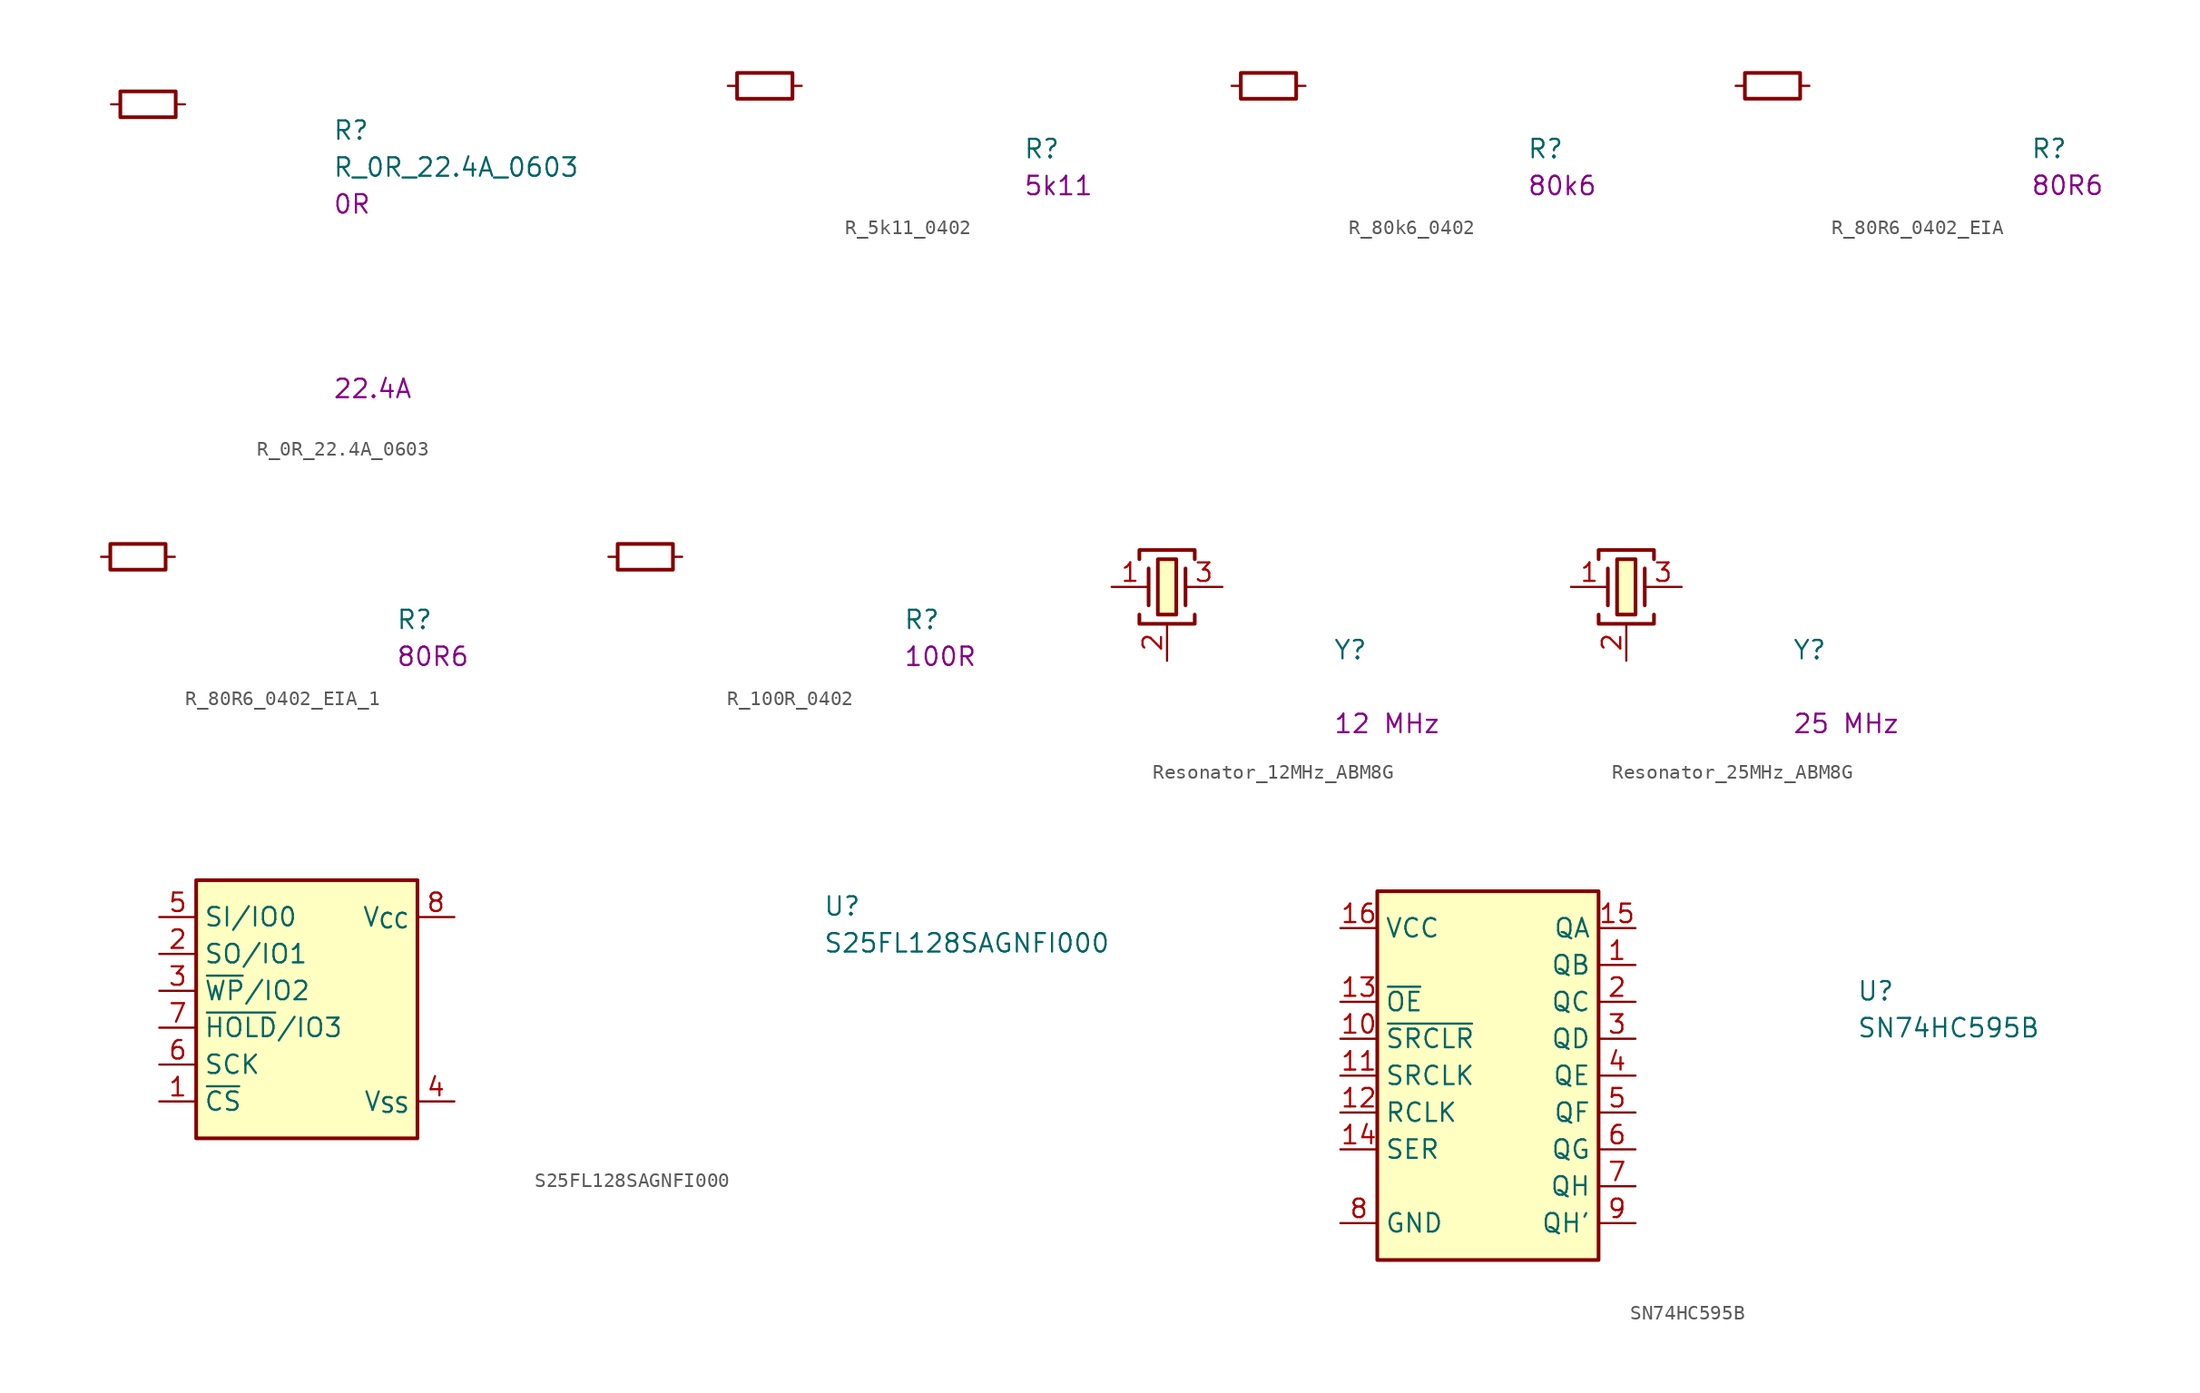
<source format=kicad_sym>
(kicad_symbol_lib
  (version 20220914)
  (generator kicad_symbol_editor)
  (symbol "R_0R_22.4A_0603"
    (pin_numbers hide)
    (pin_names hide)
    (property "Reference" "R"
      (at 15.24 -2.54 0)
      (effects (font (size 1.27 1.27) (thickness 0.15)) (justify left bottom)))
    (property "Value" "R_0R_22.4A_0603"
      (at 15.24 -5.08 0)
      (effects (font (size 1.27 1.27) (thickness 0.15)) (justify left bottom)))
    (property "Val" "0R"
      (at 15.24 -7.62 0)
      (effects (font (size 1.27 1.27) (thickness 0.15)) (justify left bottom)))
    (property "Max. Curr." "22.4A"
      (at 15.24 -20.32 0)
      (effects (font (size 1.27 1.27) (thickness 0.15)) (justify left bottom)))
    (symbol "R_0R_22.4A_0603_0_1"
      (rectangle (start 0.635 0.889) (end 4.445 -0.889) (stroke (width 0.254) (type default)) (fill (type none))))
    (symbol "R_0R_22.4A_0603_1_1"
      (pin passive line (at 0 0 0) (length 0.635) (name "~" (effects (font (size 1.27 1.27)))) (number "1" (effects (font (size 1.27 1.27)))))
      (pin passive line (at 5.08 0 180) (length 0.635) (name "~" (effects (font (size 1.27 1.27)))) (number "2" (effects (font (size 1.27 1.27)))))))
  (symbol "R_5k11_0402"
    (pin_numbers hide)
    (pin_names hide)
    (property "Reference" "R"
      (at 20.32 -5.08 0)
      (effects (font (size 1.27 1.27) (thickness 0.15)) (justify left bottom)))
    (property "Val" "5k11"
      (at 20.32 -7.62 0)
      (effects (font (size 1.27 1.27) (thickness 0.15)) (justify left bottom)))
    (symbol "R_5k11_0402_0_1"
      (rectangle (start 0.635 0.889) (end 4.445 -0.889) (stroke (width 0.254) (type default)) (fill (type none))))
    (symbol "R_5k11_0402_1_1"
      (pin passive line (at 0 0 0) (length 0.635) (name "~" (effects (font (size 1.27 1.27)))) (number "1" (effects (font (size 1.27 1.27)))))
      (pin passive line (at 5.08 0 180) (length 0.635) (name "~" (effects (font (size 1.27 1.27)))) (number "2" (effects (font (size 1.27 1.27)))))))
  (symbol "R_80k6_0402"
    (pin_numbers hide)
    (pin_names hide)
    (property "Reference" "R"
      (at 20.32 -5.08 0)
      (effects (font (size 1.27 1.27) (thickness 0.15)) (justify left bottom)))
    (property "Val" "80k6"
      (at 20.32 -7.62 0)
      (effects (font (size 1.27 1.27) (thickness 0.15)) (justify left bottom)))
    (symbol "R_80k6_0402_0_1"
      (rectangle (start 0.635 0.889) (end 4.445 -0.889) (stroke (width 0.254) (type default)) (fill (type none))))
    (symbol "R_80k6_0402_1_1"
      (pin passive line (at 0 0 0) (length 0.635) (name "~" (effects (font (size 1.27 1.27)))) (number "1" (effects (font (size 1.27 1.27)))))
      (pin passive line (at 5.08 0 180) (length 0.635) (name "~" (effects (font (size 1.27 1.27)))) (number "2" (effects (font (size 1.27 1.27)))))))
  (symbol "R_80R6_0402_EIA"
    (pin_numbers hide)
    (pin_names hide)
    (property "Reference" "R"
      (at 20.32 -5.08 0)
      (effects (font (size 1.27 1.27) (thickness 0.15)) (justify left bottom)))
    (property "Val" "80R6"
      (at 20.32 -7.62 0)
      (effects (font (size 1.27 1.27) (thickness 0.15)) (justify left bottom)))
    (symbol "R_80R6_0402_EIA_0_1"
      (rectangle (start 0.635 0.889) (end 4.445 -0.889) (stroke (width 0.254) (type default)) (fill (type none))))
    (symbol "R_80R6_0402_EIA_1_1"
      (pin passive line (at 0 0 0) (length 0.635) (name "~" (effects (font (size 1.27 1.27)))) (number "1" (effects (font (size 1.27 1.27)))))
      (pin passive line (at 5.08 0 180) (length 0.635) (name "~" (effects (font (size 1.27 1.27)))) (number "2" (effects (font (size 1.27 1.27)))))))
  (symbol "R_80R6_0402_EIA_1"
    (pin_numbers hide)
    (pin_names hide)
    (property "Reference" "R"
      (at 20.32 -5.08 0)
      (effects (font (size 1.27 1.27) (thickness 0.15)) (justify left bottom)))
    (property "Val" "80R6"
      (at 20.32 -7.62 0)
      (effects (font (size 1.27 1.27) (thickness 0.15)) (justify left bottom)))
    (symbol "R_80R6_0402_EIA_1_0_1"
      (rectangle (start 0.635 0.889) (end 4.445 -0.889) (stroke (width 0.254) (type default)) (fill (type none))))
    (symbol "R_80R6_0402_EIA_1_1_1"
      (pin passive line (at 0 0 0) (length 0.635) (name "~" (effects (font (size 1.27 1.27)))) (number "1" (effects (font (size 1.27 1.27)))))
      (pin passive line (at 5.08 0 180) (length 0.635) (name "~" (effects (font (size 1.27 1.27)))) (number "2" (effects (font (size 1.27 1.27)))))))
  (symbol "R_100R_0402"
    (pin_numbers hide)
    (pin_names hide)
    (property "Reference" "R"
      (at 20.32 -5.08 0)
      (effects (font (size 1.27 1.27) (thickness 0.15)) (justify left bottom)))
    (property "Val" "100R"
      (at 20.32 -7.62 0)
      (effects (font (size 1.27 1.27) (thickness 0.15)) (justify left bottom)))
    (symbol "R_100R_0402_0_1"
      (rectangle (start 0.635 0.889) (end 4.445 -0.889) (stroke (width 0.254) (type default)) (fill (type none))))
    (symbol "R_100R_0402_1_1"
      (pin passive line (at 0 0 0) (length 0.635) (name "~" (effects (font (size 1.27 1.27)))) (number "1" (effects (font (size 1.27 1.27)))))
      (pin passive line (at 5.08 0 180) (length 0.635) (name "~" (effects (font (size 1.27 1.27)))) (number "2" (effects (font (size 1.27 1.27)))))))
  (symbol "Resonator_12MHz_ABM8G"
    (pin_names hide)
    (property "Reference" "Y"
      (at 15.24 -5.08 0)
      (effects (font (size 1.27 1.27) (thickness 0.15)) (justify left bottom)))
    (property "Val" "12 MHz"
      (at 15.24 -10.16 0)
      (effects (font (size 1.27 1.27) (thickness 0.15)) (justify left bottom)))
    (symbol "Resonator_12MHz_ABM8G_1_1"
      (polyline (pts (xy 2.54 1.27) (xy 2.54 -1.27)) (stroke (width 0.254) (type default)) (fill (type background)))
      (polyline (pts (xy 5.08 1.27) (xy 5.08 -1.27)) (stroke (width 0.254) (type default)) (fill (type background)))
      (polyline (pts (xy 1.905 -1.905) (xy 1.905 -2.54) (xy 5.715 -2.54) (xy 5.715 -1.905)) (stroke (width 0.254) (type default)) (fill (type none)))
      (polyline (pts (xy 1.905 1.905) (xy 1.905 2.54) (xy 5.715 2.54) (xy 5.715 1.905)) (stroke (width 0.254) (type default)) (fill (type none)))
      (rectangle (start 3.175 1.905) (end 4.445 -1.905) (stroke (width 0.254) (type default)) (fill (type background)))
      (pin passive line (at 0 0 0) (length 2.54) (name "~" (effects (font (size 1.27 1.27)))) (number "1" (effects (font (size 1.27 1.27)))))
      (pin passive line (at 3.81 -5.08 90) (length 2.54) (name "SH" (effects (font (size 1.27 1.27)))) (number "2" (effects (font (size 1.27 1.27)))))
      (pin passive line (at 7.62 0 180) (length 2.54) (name "~" (effects (font (size 1.27 1.27)))) (number "3" (effects (font (size 1.27 1.27)))))
      (pin passive line (at 3.81 -5.08 90) (length 2.54) hide (name "SH" (effects (font (size 1.27 1.27)))) (number "4" (effects (font (size 1.27 1.27)))))))
  (symbol "Resonator_25MHz_ABM8G"
    (pin_names hide)
    (property "Reference" "Y"
      (at 15.24 -5.08 0)
      (effects (font (size 1.27 1.27) (thickness 0.15)) (justify left bottom)))
    (property "Val" "25 MHz"
      (at 15.24 -10.16 0)
      (effects (font (size 1.27 1.27) (thickness 0.15)) (justify left bottom)))
    (symbol "Resonator_25MHz_ABM8G_1_1"
      (polyline (pts (xy 2.54 1.27) (xy 2.54 -1.27)) (stroke (width 0.254) (type default)) (fill (type background)))
      (polyline (pts (xy 5.08 1.27) (xy 5.08 -1.27)) (stroke (width 0.254) (type default)) (fill (type background)))
      (polyline (pts (xy 1.905 -1.905) (xy 1.905 -2.54) (xy 5.715 -2.54) (xy 5.715 -1.905)) (stroke (width 0.254) (type default)) (fill (type none)))
      (polyline (pts (xy 1.905 1.905) (xy 1.905 2.54) (xy 5.715 2.54) (xy 5.715 1.905)) (stroke (width 0.254) (type default)) (fill (type none)))
      (rectangle (start 3.175 1.905) (end 4.445 -1.905) (stroke (width 0.254) (type default)) (fill (type background)))
      (pin passive line (at 0 0 0) (length 2.54) (name "~" (effects (font (size 1.27 1.27)))) (number "1" (effects (font (size 1.27 1.27)))))
      (pin passive line (at 3.81 -5.08 90) (length 2.54) (name "SH" (effects (font (size 1.27 1.27)))) (number "2" (effects (font (size 1.27 1.27)))))
      (pin passive line (at 7.62 0 180) (length 2.54) (name "~" (effects (font (size 1.27 1.27)))) (number "3" (effects (font (size 1.27 1.27)))))
      (pin passive line (at 3.81 -5.08 90) (length 2.54) hide (name "SH" (effects (font (size 1.27 1.27)))) (number "4" (effects (font (size 1.27 1.27)))))))
  (symbol "S25FL128SAGNFI000"
    (property "Reference" "U"
      (at 45.72 -2.54 0)
      (effects (font (size 1.27 1.27) (thickness 0.15)) (justify left bottom)))
    (property "Value" "S25FL128SAGNFI000"
      (at 45.72 -5.08 0)
      (effects (font (size 1.27 1.27) (thickness 0.15)) (justify left bottom)))
    (symbol "S25FL128SAGNFI000_1_1"
      (rectangle (start 2.54 0) (end 17.78 -17.78) (stroke (width 0.254) (type default)) (fill (type background)))
      (pin input line (at 0 -15.24 0) (length 2.54) (name "~{CS}" (effects (font (size 1.27 1.27)))) (number "1" (effects (font (size 1.27 1.27)))))
      (pin bidirectional line (at 0 -5.08 0) (length 2.54) (name "SO/IO1" (effects (font (size 1.27 1.27)))) (number "2" (effects (font (size 1.27 1.27)))))
      (pin bidirectional line (at 0 -7.62 0) (length 2.54) (name "~{WP}/IO2" (effects (font (size 1.27 1.27)))) (number "3" (effects (font (size 1.27 1.27)))))
      (pin power_in line (at 20.32 -15.24 180) (length 2.54) (name "V_{SS}" (effects (font (size 1.27 1.27)))) (number "4" (effects (font (size 1.27 1.27)))))
      (pin bidirectional line (at 0 -2.54 0) (length 2.54) (name "SI/IO0" (effects (font (size 1.27 1.27)))) (number "5" (effects (font (size 1.27 1.27)))))
      (pin input line (at 0 -12.7 0) (length 2.54) (name "SCK" (effects (font (size 1.27 1.27)))) (number "6" (effects (font (size 1.27 1.27)))))
      (pin bidirectional line (at 0 -10.16 0) (length 2.54) (name "~{HOLD}/IO3" (effects (font (size 1.27 1.27)))) (number "7" (effects (font (size 1.27 1.27)))))
      (pin power_in line (at 20.32 -2.54 180) (length 2.54) (name "V_{CC}" (effects (font (size 1.27 1.27)))) (number "8" (effects (font (size 1.27 1.27)))))
      (pin no_connect line (at 17.78 -12.7 180) (length 2.54) hide (name "EP" (effects (font (size 1.27 1.27)))) (number "9" (effects (font (size 1.27 1.27)))))))
  (symbol "SN74HC595B"
    (property "Reference" "U"
      (at 35.56 -5.08 0)
      (effects (font (size 1.27 1.27) (thickness 0.15)) (justify left bottom)))
    (property "Value" "SN74HC595B"
      (at 35.56 -7.62 0)
      (effects (font (size 1.27 1.27) (thickness 0.15)) (justify left bottom)))
    (symbol "SN74HC595B_1_1"
      (rectangle (start 2.54 2.54) (end 17.78 -22.86) (stroke (width 0.254) (type default)) (fill (type background)))
      (pin output line (at 20.32 -2.54 180) (length 2.54) (name "QB" (effects (font (size 1.27 1.27)))) (number "1" (effects (font (size 1.27 1.27)))))
      (pin input line (at 0 -7.62 0) (length 2.54) (name "~{SRCLR}" (effects (font (size 1.27 1.27)))) (number "10" (effects (font (size 1.27 1.27)))))
      (pin input line (at 0 -10.16 0) (length 2.54) (name "SRCLK" (effects (font (size 1.27 1.27)))) (number "11" (effects (font (size 1.27 1.27)))))
      (pin input line (at 0 -12.7 0) (length 2.54) (name "RCLK" (effects (font (size 1.27 1.27)))) (number "12" (effects (font (size 1.27 1.27)))))
      (pin input line (at 0 -5.08 0) (length 2.54) (name "~{OE}" (effects (font (size 1.27 1.27)))) (number "13" (effects (font (size 1.27 1.27)))))
      (pin input line (at 0 -15.24 0) (length 2.54) (name "SER" (effects (font (size 1.27 1.27)))) (number "14" (effects (font (size 1.27 1.27)))))
      (pin output line (at 20.32 0 180) (length 2.54) (name "QA" (effects (font (size 1.27 1.27)))) (number "15" (effects (font (size 1.27 1.27)))))
      (pin power_in line (at 0 0 0) (length 2.54) (name "VCC" (effects (font (size 1.27 1.27)))) (number "16" (effects (font (size 1.27 1.27)))))
      (pin no_connect line (at 10.16 -22.86 90) (length 2.54) hide (name "EP" (effects (font (size 1.27 1.27)))) (number "17" (effects (font (size 1.27 1.27)))))
      (pin output line (at 20.32 -5.08 180) (length 2.54) (name "QC" (effects (font (size 1.27 1.27)))) (number "2" (effects (font (size 1.27 1.27)))))
      (pin output line (at 20.32 -7.62 180) (length 2.54) (name "QD" (effects (font (size 1.27 1.27)))) (number "3" (effects (font (size 1.27 1.27)))))
      (pin output line (at 20.32 -10.16 180) (length 2.54) (name "QE" (effects (font (size 1.27 1.27)))) (number "4" (effects (font (size 1.27 1.27)))))
      (pin output line (at 20.32 -12.7 180) (length 2.54) (name "QF" (effects (font (size 1.27 1.27)))) (number "5" (effects (font (size 1.27 1.27)))))
      (pin output line (at 20.32 -15.24 180) (length 2.54) (name "QG" (effects (font (size 1.27 1.27)))) (number "6" (effects (font (size 1.27 1.27)))))
      (pin output line (at 20.32 -17.78 180) (length 2.54) (name "QH" (effects (font (size 1.27 1.27)))) (number "7" (effects (font (size 1.27 1.27)))))
      (pin power_in line (at 0 -20.32 0) (length 2.54) (name "GND" (effects (font (size 1.27 1.27)))) (number "8" (effects (font (size 1.27 1.27)))))
      (pin output line (at 20.32 -20.32 180) (length 2.54) (name "QH'" (effects (font (size 1.27 1.27)))) (number "9" (effects (font (size 1.27 1.27))))))))
</source>
